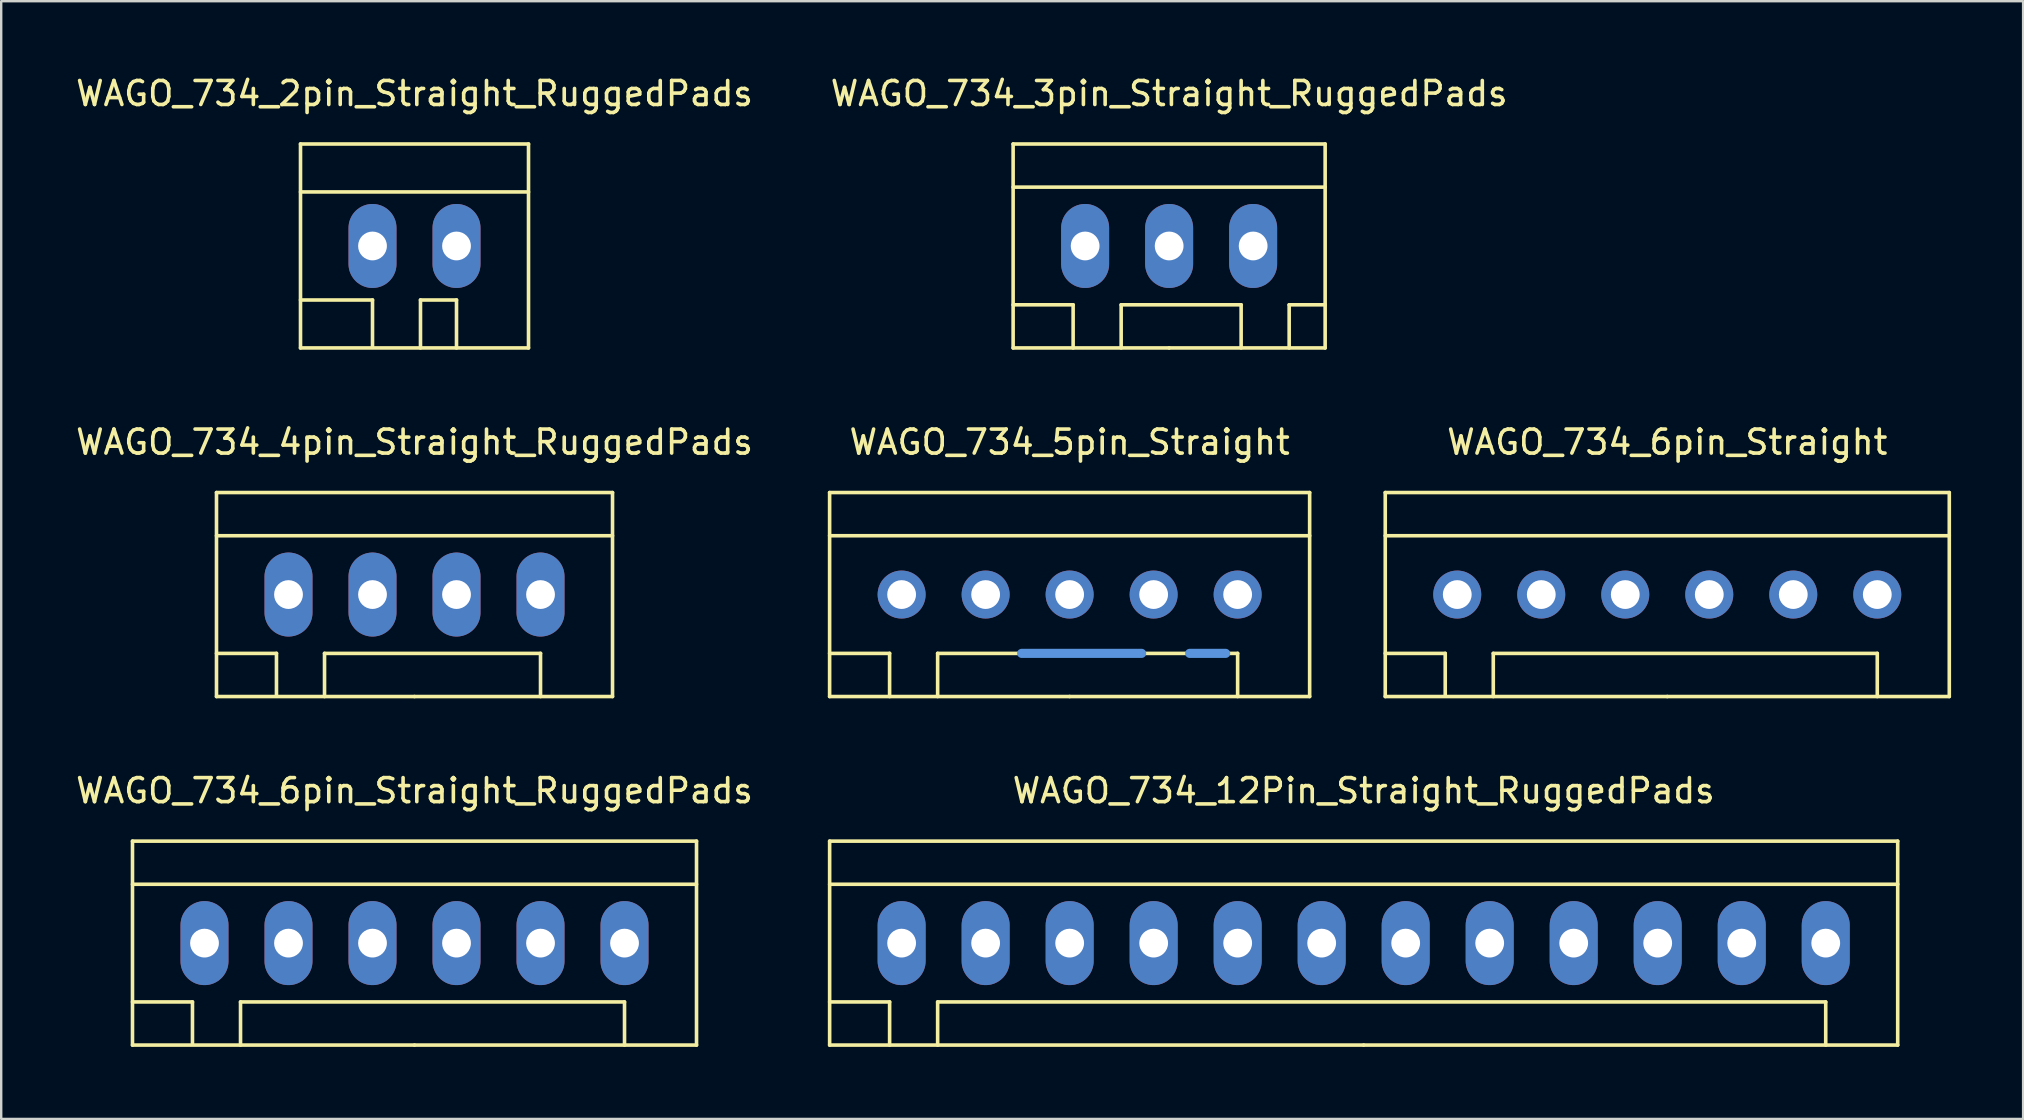
<source format=kicad_pcb>
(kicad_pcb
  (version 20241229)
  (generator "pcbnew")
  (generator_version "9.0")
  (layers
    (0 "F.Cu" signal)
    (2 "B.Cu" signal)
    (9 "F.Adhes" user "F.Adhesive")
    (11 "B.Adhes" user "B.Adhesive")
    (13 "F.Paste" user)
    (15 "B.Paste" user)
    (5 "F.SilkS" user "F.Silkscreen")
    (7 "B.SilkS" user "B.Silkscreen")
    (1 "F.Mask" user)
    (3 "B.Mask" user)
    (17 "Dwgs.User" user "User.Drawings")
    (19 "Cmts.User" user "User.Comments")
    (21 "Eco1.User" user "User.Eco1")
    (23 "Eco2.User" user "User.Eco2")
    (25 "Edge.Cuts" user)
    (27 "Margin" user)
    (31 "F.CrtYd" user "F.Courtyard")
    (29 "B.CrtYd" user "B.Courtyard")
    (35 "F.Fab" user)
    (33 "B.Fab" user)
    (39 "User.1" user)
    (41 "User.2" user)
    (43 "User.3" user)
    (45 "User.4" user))
  (footprint "WAGO_734_2pin_Straight_RuggedPads"
    (layer "F.Cu")
    (at 14.22 7.198)
    (property "Reference" "WAGO_734_2pin_Straight_RuggedPads" (at 0 -6.35 0) (layer "F.SilkS") (effects (font (size 1 1) (thickness 0.15))))
    (attr through_hole)
    (fp_line (start -4.75 -4.249) (end -4.75 4.249) (stroke (width 0.15) (type solid)) (layer "F.SilkS"))
    (fp_line (start -4.75 -2.25) (end 4.75 -2.25) (stroke (width 0.15) (type solid)) (layer "F.SilkS"))
    (fp_line (start -4.75 2.25) (end -1.75 2.25) (stroke (width 0.15) (type solid)) (layer "F.SilkS"))
    (fp_line (start -4.75 4.249) (end 4.75 4.249) (stroke (width 0.15) (type solid)) (layer "F.SilkS"))
    (fp_line (start -1.75 2.25) (end -1.75 4.201) (stroke (width 0.15) (type solid)) (layer "F.SilkS"))
    (fp_line (start 0.249 2.25) (end 1.75 2.25) (stroke (width 0.15) (type solid)) (layer "F.SilkS"))
    (fp_line (start 0.249 4.249) (end 0.249 2.25) (stroke (width 0.15) (type solid)) (layer "F.SilkS"))
    (fp_line (start 1.75 2.25) (end 1.75 4.249) (stroke (width 0.15) (type solid)) (layer "F.SilkS"))
    (fp_line (start 4.75 -4.249) (end -4.75 -4.249) (stroke (width 0.15) (type solid)) (layer "F.SilkS"))
    (fp_line (start 4.75 4.249) (end 4.75 -4.249) (stroke (width 0.15) (type solid)) (layer "F.SilkS"))
    (pad "1" thru_hole oval (at -1.75 0) (size 1.999 3.5) (drill 1.199) (layers "*.Cu" "*.Mask"))
    (pad "2" thru_hole oval (at 1.75 0) (size 1.999 3.5) (drill 1.199) (layers "*.Cu" "*.Mask")))
  (footprint "WAGO_734_3pin_Straight_RuggedPads"
    (layer "F.Cu")
    (at 45.661 7.198)
    (property "Reference" "WAGO_734_3pin_Straight_RuggedPads" (at 0 -6.35 0) (layer "F.SilkS") (effects (font (size 1 1) (thickness 0.15))))
    (attr through_hole)
    (fp_line (start -6.5 -4.249) (end 6.5 -4.249) (stroke (width 0.15) (type solid)) (layer "F.SilkS"))
    (fp_line (start -6.5 -2.451) (end 6.5 -2.451) (stroke (width 0.15) (type solid)) (layer "F.SilkS"))
    (fp_line (start -6.5 2.451) (end -4 2.451) (stroke (width 0.15) (type solid)) (layer "F.SilkS"))
    (fp_line (start -6.5 4.249) (end -6.5 -4.249) (stroke (width 0.15) (type solid)) (layer "F.SilkS"))
    (fp_line (start -4 2.451) (end -4 4.249) (stroke (width 0.15) (type solid)) (layer "F.SilkS"))
    (fp_line (start -1.999 2.451) (end 3 2.451) (stroke (width 0.15) (type solid)) (layer "F.SilkS"))
    (fp_line (start -1.999 4.249) (end -1.999 2.451) (stroke (width 0.15) (type solid)) (layer "F.SilkS"))
    (fp_line (start 0 4.249) (end -6.5 4.249) (stroke (width 0.15) (type solid)) (layer "F.SilkS"))
    (fp_line (start 3 2.451) (end 3 4.249) (stroke (width 0.15) (type solid)) (layer "F.SilkS"))
    (fp_line (start 5.001 2.451) (end 6.5 2.451) (stroke (width 0.15) (type solid)) (layer "F.SilkS"))
    (fp_line (start 5.001 4.249) (end 5.001 2.451) (stroke (width 0.15) (type solid)) (layer "F.SilkS"))
    (fp_line (start 6.5 -4.249) (end 6.5 4.249) (stroke (width 0.15) (type solid)) (layer "F.SilkS"))
    (fp_line (start 6.5 4.249) (end 0 4.249) (stroke (width 0.15) (type solid)) (layer "F.SilkS"))
    (pad "1" thru_hole oval (at -3.5 0) (size 1.999 3.5) (drill 1.199) (layers "*.Cu" "*.Mask"))
    (pad "2" thru_hole oval (at 0 0) (size 1.999 3.5) (drill 1.199) (layers "*.Cu" "*.Mask"))
    (pad "3" thru_hole oval (at 3.5 0) (size 1.999 3.5) (drill 1.199) (layers "*.Cu" "*.Mask")))
  (footprint "WAGO_734_5pin_Straight"
    (layer "F.Cu")
    (at 41.515 21.721)
    (property "Reference" "WAGO_734_5pin_Straight" (at 0 -6.35 0) (layer "F.SilkS") (effects (font (size 1 1) (thickness 0.15))))
    (attr through_hole)
    (fp_line (start -10 -4.249) (end -10 4.249) (stroke (width 0.15) (type solid)) (layer "F.SilkS"))
    (fp_line (start -10 -2.451) (end 10 -2.451) (stroke (width 0.15) (type solid)) (layer "F.SilkS"))
    (fp_line (start -10 2.451) (end -7.501 2.451) (stroke (width 0.15) (type solid)) (layer "F.SilkS"))
    (fp_line (start -10 4.249) (end 0 4.249) (stroke (width 0.15) (type solid)) (layer "F.SilkS"))
    (fp_line (start -7.501 2.451) (end -7.501 4.249) (stroke (width 0.15) (type solid)) (layer "F.SilkS"))
    (fp_line (start -5.499 4.249) (end -5.499 2.451) (stroke (width 0.15) (type solid)) (layer "F.SilkS"))
    (fp_line (start 0 4.249) (end 10 4.249) (stroke (width 0.15) (type solid)) (layer "F.SilkS"))
    (fp_line (start 7 2.451) (end -5.499 2.451) (stroke (width 0.15) (type solid)) (layer "F.SilkS"))
    (fp_line (start 7 4.249) (end 7 2.451) (stroke (width 0.15) (type solid)) (layer "F.SilkS"))
    (fp_line (start 10 -4.249) (end -10 -4.249) (stroke (width 0.15) (type solid)) (layer "F.SilkS"))
    (fp_line (start 10 4.249) (end 10 -4.249) (stroke (width 0.15) (type solid)) (layer "F.SilkS"))
    (fp_line (start -1.999 2.451) (end 3 2.451) (stroke (width 0.381) (type solid)) (layer "Cmts.User"))
    (fp_line (start 5.001 2.451) (end 6.5 2.451) (stroke (width 0.381) (type solid)) (layer "Cmts.User"))
    (pad "1" thru_hole circle (at -7 0) (size 1.999 1.999) (drill 1.199) (layers "*.Cu" "*.Mask"))
    (pad "2" thru_hole circle (at -3.5 0) (size 1.999 1.999) (drill 1.199) (layers "*.Cu" "*.Mask"))
    (pad "3" thru_hole circle (at 0 0) (size 1.999 1.999) (drill 1.199) (layers "*.Cu" "*.Mask"))
    (pad "4" thru_hole circle (at 3.5 0) (size 1.999 1.999) (drill 1.199) (layers "*.Cu" "*.Mask"))
    (pad "5" thru_hole circle (at 7 0) (size 1.999 1.999) (drill 1.199) (layers "*.Cu" "*.Mask")))
  (footprint "WAGO_734_12Pin_Straight_RuggedPads"
    (layer "F.Cu")
    (at 53.766 36.244)
    (property "Reference" "WAGO_734_12Pin_Straight_RuggedPads" (at 0 -6.35 0) (layer "F.SilkS") (effects (font (size 1 1) (thickness 0.15))))
    (attr through_hole)
    (fp_line (start -22.25 -4.249) (end -22.25 4.249) (stroke (width 0.15) (type solid)) (layer "F.SilkS"))
    (fp_line (start -22.25 -2.451) (end 22.25 -2.451) (stroke (width 0.15) (type solid)) (layer "F.SilkS"))
    (fp_line (start -22.25 2.451) (end -19.751 2.451) (stroke (width 0.15) (type solid)) (layer "F.SilkS"))
    (fp_line (start -22.25 4.249) (end 0 4.249) (stroke (width 0.15) (type solid)) (layer "F.SilkS"))
    (fp_line (start -19.751 2.451) (end -19.751 4.249) (stroke (width 0.15) (type solid)) (layer "F.SilkS"))
    (fp_line (start -17.75 4.249) (end -17.75 2.451) (stroke (width 0.15) (type solid)) (layer "F.SilkS"))
    (fp_line (start 0 4.249) (end 22.25 4.249) (stroke (width 0.15) (type solid)) (layer "F.SilkS"))
    (fp_line (start 19.251 2.451) (end -17.75 2.451) (stroke (width 0.15) (type solid)) (layer "F.SilkS"))
    (fp_line (start 19.251 4.249) (end 19.251 2.451) (stroke (width 0.15) (type solid)) (layer "F.SilkS"))
    (fp_line (start 22.25 -4.249) (end -22.25 -4.249) (stroke (width 0.15) (type solid)) (layer "F.SilkS"))
    (fp_line (start 22.25 4.249) (end 22.25 -4.249) (stroke (width 0.15) (type solid)) (layer "F.SilkS"))
    (pad "1" thru_hole oval (at -19.251 0) (size 1.999 3.5) (drill 1.199) (layers "*.Cu" "*.Mask"))
    (pad "2" thru_hole oval (at -15.751 0) (size 1.999 3.5) (drill 1.199) (layers "*.Cu" "*.Mask"))
    (pad "3" thru_hole oval (at -12.25 0) (size 1.999 3.5) (drill 1.199) (layers "*.Cu" "*.Mask"))
    (pad "4" thru_hole oval (at -8.75 0) (size 1.999 3.5) (drill 1.199) (layers "*.Cu" "*.Mask"))
    (pad "5" thru_hole oval (at -5.25 0) (size 1.999 3.5) (drill 1.199) (layers "*.Cu" "*.Mask"))
    (pad "6" thru_hole oval (at -1.75 0) (size 1.999 3.5) (drill 1.199) (layers "*.Cu" "*.Mask"))
    (pad "7" thru_hole oval (at 1.75 0) (size 1.999 3.5) (drill 1.199) (layers "*.Cu" "*.Mask"))
    (pad "8" thru_hole oval (at 5.25 0) (size 1.999 3.5) (drill 1.199) (layers "*.Cu" "*.Mask"))
    (pad "9" thru_hole oval (at 8.75 0) (size 1.999 3.5) (drill 1.199) (layers "*.Cu" "*.Mask"))
    (pad "10" thru_hole oval (at 12.25 0) (size 1.999 3.5) (drill 1.199) (layers "*.Cu" "*.Mask"))
    (pad "11" thru_hole oval (at 15.751 0) (size 1.999 3.5) (drill 1.199) (layers "*.Cu" "*.Mask"))
    (pad "12" thru_hole oval (at 19.251 0) (size 1.999 3.5) (drill 1.199) (layers "*.Cu" "*.Mask")))
  (footprint "WAGO_734_6pin_Straight"
    (layer "F.Cu")
    (at 66.415 21.721)
    (property "Reference" "WAGO_734_6pin_Straight" (at 0 -6.35 0) (layer "F.SilkS") (effects (font (size 1 1) (thickness 0.15))))
    (attr through_hole)
    (fp_line (start -11.75 -4.249) (end -11.75 4.249) (stroke (width 0.15) (type solid)) (layer "F.SilkS"))
    (fp_line (start -11.75 -2.451) (end 11.75 -2.451) (stroke (width 0.15) (type solid)) (layer "F.SilkS"))
    (fp_line (start -11.75 2.451) (end -9.251 2.451) (stroke (width 0.15) (type solid)) (layer "F.SilkS"))
    (fp_line (start -11.75 4.249) (end 0 4.249) (stroke (width 0.15) (type solid)) (layer "F.SilkS"))
    (fp_line (start -9.251 2.451) (end -9.251 4.201) (stroke (width 0.15) (type solid)) (layer "F.SilkS"))
    (fp_line (start -7.249 4.249) (end -7.249 2.451) (stroke (width 0.15) (type solid)) (layer "F.SilkS"))
    (fp_line (start 0 4.249) (end 11.75 4.249) (stroke (width 0.15) (type solid)) (layer "F.SilkS"))
    (fp_line (start 8.75 2.451) (end -7.249 2.451) (stroke (width 0.15) (type solid)) (layer "F.SilkS"))
    (fp_line (start 8.75 4.249) (end 8.75 2.451) (stroke (width 0.15) (type solid)) (layer "F.SilkS"))
    (fp_line (start 11.75 -4.249) (end -11.75 -4.249) (stroke (width 0.15) (type solid)) (layer "F.SilkS"))
    (fp_line (start 11.75 4.249) (end 11.75 -4.249) (stroke (width 0.15) (type solid)) (layer "F.SilkS"))
    (pad "1" thru_hole circle (at -8.75 0) (size 1.999 1.999) (drill 1.199) (layers "*.Cu" "*.Mask"))
    (pad "2" thru_hole circle (at -5.25 0) (size 1.999 1.999) (drill 1.199) (layers "*.Cu" "*.Mask"))
    (pad "3" thru_hole circle (at -1.75 0) (size 1.999 1.999) (drill 1.199) (layers "*.Cu" "*.Mask"))
    (pad "4" thru_hole circle (at 1.75 0) (size 1.999 1.999) (drill 1.199) (layers "*.Cu" "*.Mask"))
    (pad "5" thru_hole circle (at 5.25 0) (size 1.999 1.999) (drill 1.199) (layers "*.Cu" "*.Mask"))
    (pad "6" thru_hole circle (at 8.75 0) (size 1.999 1.999) (drill 1.199) (layers "*.Cu" "*.Mask")))
  (footprint "WAGO_734_4pin_Straight_RuggedPads"
    (layer "F.Cu")
    (at 14.22 21.721)
    (property "Reference" "WAGO_734_4pin_Straight_RuggedPads" (at 0 -6.35 0) (layer "F.SilkS") (effects (font (size 1 1) (thickness 0.15))))
    (attr through_hole)
    (fp_line (start -8.25 -4.249) (end 8.25 -4.249) (stroke (width 0.15) (type solid)) (layer "F.SilkS"))
    (fp_line (start -8.25 -2.451) (end 8.25 -2.451) (stroke (width 0.15) (type solid)) (layer "F.SilkS"))
    (fp_line (start -8.25 2.451) (end -5.751 2.451) (stroke (width 0.15) (type solid)) (layer "F.SilkS"))
    (fp_line (start -8.25 4.249) (end -8.25 -4.249) (stroke (width 0.15) (type solid)) (layer "F.SilkS"))
    (fp_line (start -5.751 2.451) (end -5.751 4.201) (stroke (width 0.15) (type solid)) (layer "F.SilkS"))
    (fp_line (start -3.749 4.249) (end -3.749 2.451) (stroke (width 0.15) (type solid)) (layer "F.SilkS"))
    (fp_line (start 0 4.249) (end -8.25 4.249) (stroke (width 0.15) (type solid)) (layer "F.SilkS"))
    (fp_line (start 5.25 2.451) (end -3.749 2.451) (stroke (width 0.15) (type solid)) (layer "F.SilkS"))
    (fp_line (start 5.25 4.249) (end 5.25 2.451) (stroke (width 0.15) (type solid)) (layer "F.SilkS"))
    (fp_line (start 8.25 -4.249) (end 8.25 4.249) (stroke (width 0.15) (type solid)) (layer "F.SilkS"))
    (fp_line (start 8.25 4.249) (end 0 4.249) (stroke (width 0.15) (type solid)) (layer "F.SilkS"))
    (pad "1" thru_hole oval (at -5.25 0) (size 1.999 3.5) (drill 1.199) (layers "*.Cu" "*.Mask"))
    (pad "2" thru_hole oval (at -1.75 0) (size 1.999 3.5) (drill 1.199) (layers "*.Cu" "*.Mask"))
    (pad "3" thru_hole oval (at 1.75 0) (size 1.999 3.5) (drill 1.199) (layers "*.Cu" "*.Mask"))
    (pad "4" thru_hole oval (at 5.25 0) (size 1.999 3.5) (drill 1.199) (layers "*.Cu" "*.Mask")))
  (footprint "WAGO_734_6pin_Straight_RuggedPads"
    (layer "F.Cu")
    (at 14.22 36.244)
    (property "Reference" "WAGO_734_6pin_Straight_RuggedPads" (at 0 -6.35 0) (layer "F.SilkS") (effects (font (size 1 1) (thickness 0.15))))
    (attr through_hole)
    (fp_line (start -11.75 -4.249) (end -11.75 4.249) (stroke (width 0.15) (type solid)) (layer "F.SilkS"))
    (fp_line (start -11.75 -2.451) (end 11.75 -2.451) (stroke (width 0.15) (type solid)) (layer "F.SilkS"))
    (fp_line (start -11.75 2.451) (end -9.251 2.451) (stroke (width 0.15) (type solid)) (layer "F.SilkS"))
    (fp_line (start -11.75 4.249) (end 0 4.249) (stroke (width 0.15) (type solid)) (layer "F.SilkS"))
    (fp_line (start -9.251 2.451) (end -9.251 4.201) (stroke (width 0.15) (type solid)) (layer "F.SilkS"))
    (fp_line (start -7.249 4.249) (end -7.249 2.451) (stroke (width 0.15) (type solid)) (layer "F.SilkS"))
    (fp_line (start 0 4.249) (end 11.75 4.249) (stroke (width 0.15) (type solid)) (layer "F.SilkS"))
    (fp_line (start 8.75 2.451) (end -7.249 2.451) (stroke (width 0.15) (type solid)) (layer "F.SilkS"))
    (fp_line (start 8.75 4.249) (end 8.75 2.451) (stroke (width 0.15) (type solid)) (layer "F.SilkS"))
    (fp_line (start 11.75 -4.249) (end -11.75 -4.249) (stroke (width 0.15) (type solid)) (layer "F.SilkS"))
    (fp_line (start 11.75 4.249) (end 11.75 -4.249) (stroke (width 0.15) (type solid)) (layer "F.SilkS"))
    (pad "1" thru_hole oval (at -8.75 0) (size 1.999 3.5) (drill 1.199) (layers "*.Cu" "*.Mask"))
    (pad "2" thru_hole oval (at -5.25 0) (size 1.999 3.5) (drill 1.199) (layers "*.Cu" "*.Mask"))
    (pad "3" thru_hole oval (at -1.75 0) (size 1.999 3.5) (drill 1.199) (layers "*.Cu" "*.Mask"))
    (pad "4" thru_hole oval (at 1.75 0) (size 1.999 3.5) (drill 1.199) (layers "*.Cu" "*.Mask"))
    (pad "5" thru_hole oval (at 5.25 0) (size 1.999 3.5) (drill 1.199) (layers "*.Cu" "*.Mask"))
    (pad "6" thru_hole oval (at 8.75 0) (size 1.999 3.5) (drill 1.199) (layers "*.Cu" "*.Mask")))
  (gr_rect
    (start -3 -3)
    (end 81.241 43.568)
    (stroke (width 0.1) (type default))
    (fill no)
    (layer "Edge.Cuts")))
</source>
